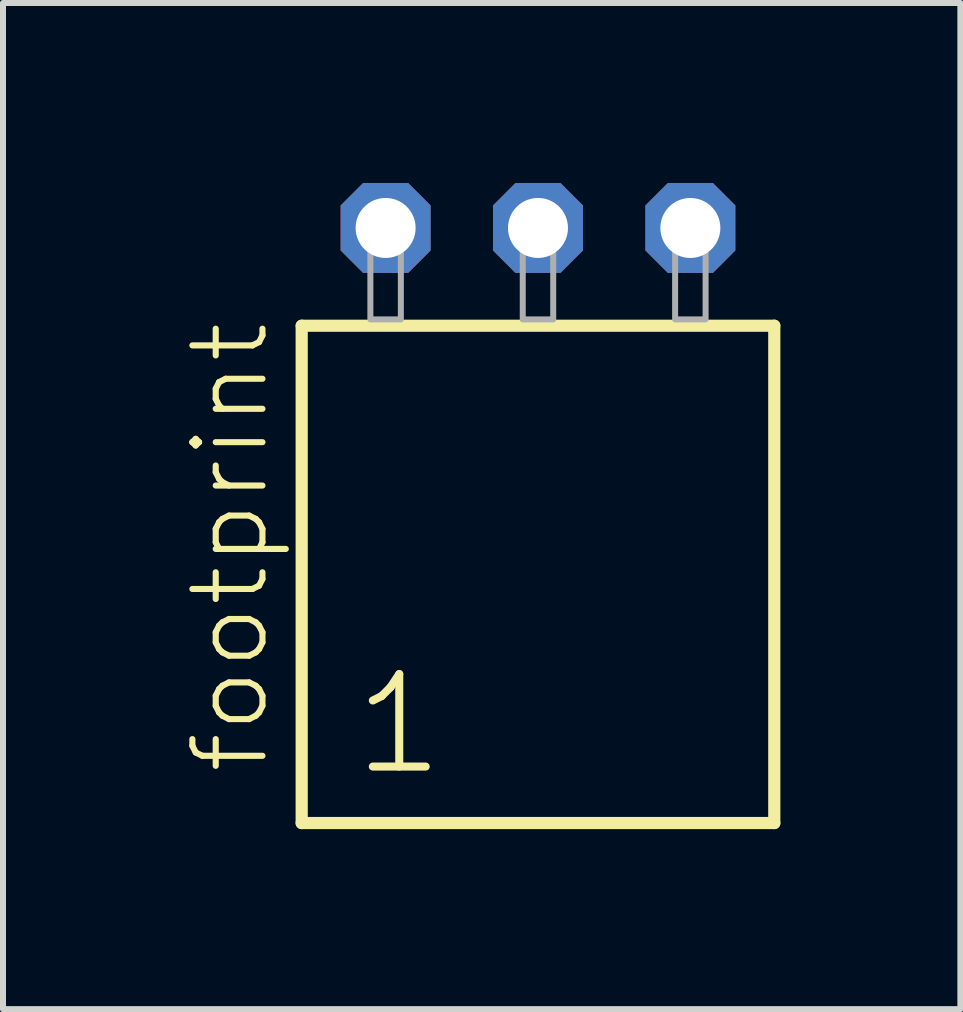
<source format=kicad_pcb>
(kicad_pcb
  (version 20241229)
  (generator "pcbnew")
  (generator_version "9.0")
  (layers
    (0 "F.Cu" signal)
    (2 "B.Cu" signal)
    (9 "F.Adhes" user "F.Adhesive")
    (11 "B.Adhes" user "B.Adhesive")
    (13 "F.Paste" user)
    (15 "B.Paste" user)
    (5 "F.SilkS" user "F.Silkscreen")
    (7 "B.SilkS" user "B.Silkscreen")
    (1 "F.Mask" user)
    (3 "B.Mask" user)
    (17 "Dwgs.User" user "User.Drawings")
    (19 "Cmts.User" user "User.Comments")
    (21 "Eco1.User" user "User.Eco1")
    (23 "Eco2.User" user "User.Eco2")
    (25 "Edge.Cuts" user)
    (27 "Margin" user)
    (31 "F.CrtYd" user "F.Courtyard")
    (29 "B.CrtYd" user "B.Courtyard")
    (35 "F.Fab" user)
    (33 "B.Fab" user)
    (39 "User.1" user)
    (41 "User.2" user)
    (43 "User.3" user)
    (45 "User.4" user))
  (footprint "footprint"
    (layer "F.Cu")
    (at 5.918 2.274)
    (property "Reference" "footprint" (at -4.445 7.62 90) (layer "F.SilkS") (effects (font (size 1.168 1.168) (thickness 0.102)) (justify left bottom)))
    (fp_line (start -3.939 0.106) (end -3.939 8.396) (stroke (width 0.203) (type solid)) (layer "F.SilkS"))
    (fp_line (start -3.939 8.396) (end 3.939 8.396) (stroke (width 0.203) (type solid)) (layer "F.SilkS"))
    (fp_line (start 3.939 0.106) (end -3.939 0.106) (stroke (width 0.203) (type solid)) (layer "F.SilkS"))
    (fp_line (start 3.939 8.396) (end 3.939 0.106) (stroke (width 0.203) (type solid)) (layer "F.SilkS"))
    (fp_poly (pts (xy -2.794 0) (xy -2.286 0) (xy -2.286 -1.778) (xy -2.794 -1.778)) (stroke (width 0.1) (type solid)) (fill no) (layer "F.Fab"))
    (fp_poly (pts (xy -0.254 0) (xy 0.254 0) (xy 0.254 -1.778) (xy -0.254 -1.778)) (stroke (width 0.1) (type solid)) (fill no) (layer "F.Fab"))
    (fp_poly (pts (xy 2.286 0) (xy 2.794 0) (xy 2.794 -1.778) (xy 2.286 -1.778)) (stroke (width 0.1) (type solid)) (fill no) (layer "F.Fab"))
    (fp_text user "1" (at -3.135 7.65 0) (layer "F.SilkS") (effects (font (size 1.542 1.542) (thickness 0.134)) (justify left bottom)))
    (pad "1" thru_hole roundrect (at -2.54 -1.524) (size 1.5 1.5) (drill 1) (layers "*.Cu" "*.Mask") (roundrect_rratio 0.25) (chamfer_ratio 0.25) (chamfer top_left top_right bottom_left bottom_right))
    (pad "2" thru_hole roundrect (at 0 -1.524) (size 1.5 1.5) (drill 1) (layers "*.Cu" "*.Mask") (roundrect_rratio 0.25) (chamfer_ratio 0.25) (chamfer top_left top_right bottom_left bottom_right))
    (pad "3" thru_hole roundrect (at 2.54 -1.524) (size 1.5 1.5) (drill 1) (layers "*.Cu" "*.Mask") (roundrect_rratio 0.25) (chamfer_ratio 0.25) (chamfer top_left top_right bottom_left bottom_right)))
  (gr_rect
    (start -3 -3)
    (end 12.959 13.772)
    (stroke (width 0.1) (type default))
    (fill no)
    (layer "Edge.Cuts")))
</source>
